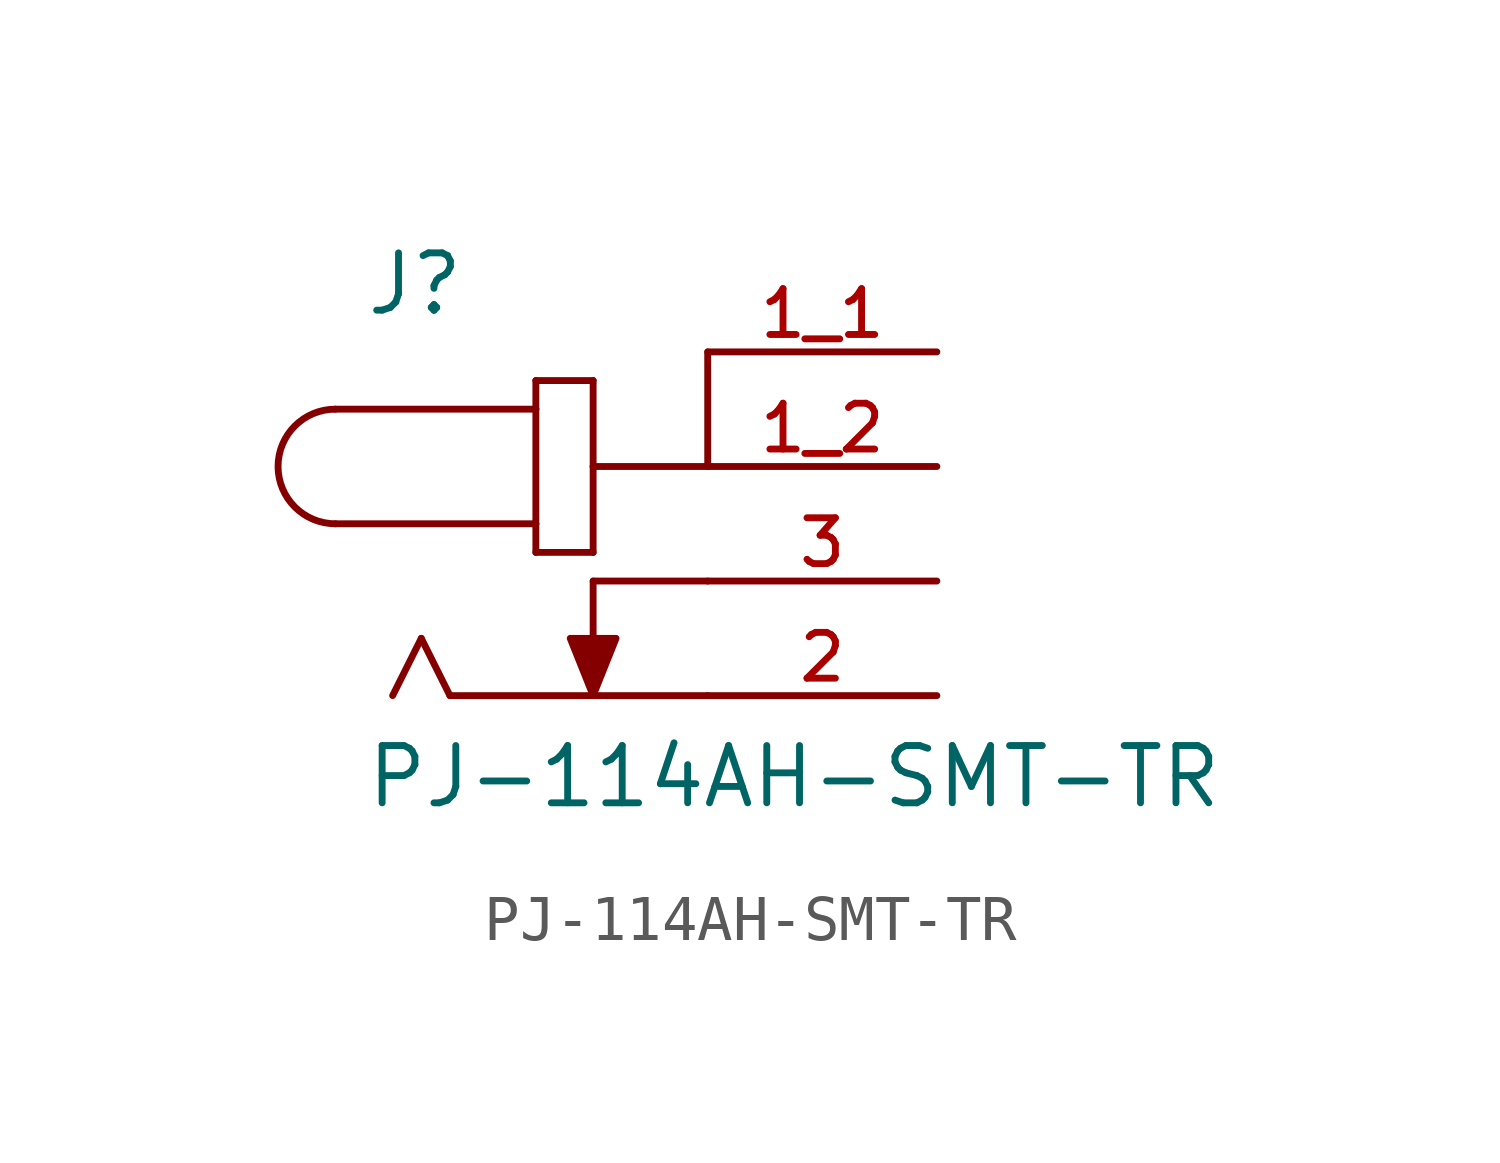
<source format=kicad_sym>
(kicad_symbol_lib
  (version 20211014)
  (generator kicad_symbol_editor)
  (symbol "PJ-114AH-SMT-TR"
    (pin_names
      (offset 1.016))
    (property "Reference" "J"
      (at -7.62 5.842 0)
      (effects (font (size 1.27 1.27)) (justify bottom left)))
    (property "Value" "PJ-114AH-SMT-TR"
      (at -7.62 -5.08 0)
      (effects (font (size 1.27 1.27)) (justify bottom left)))
    (symbol "PJ-114AH-SMT-TR_0_0"
      (arc (start -8.255 3.81) (mid -9.525 2.54) (end -8.255 1.27) (stroke (width 0.1524) (type default) (color 0 0 0 0)) (fill (type none)))
      (polyline (pts (xy -8.255 3.81) (xy -3.81 3.81)) (stroke (width 0.152)))
      (polyline (pts (xy -3.81 3.81) (xy -3.81 1.27)) (stroke (width 0.152)))
      (polyline (pts (xy -3.81 1.27) (xy -8.255 1.27)) (stroke (width 0.152)))
      (polyline (pts (xy -3.81 1.27) (xy -3.81 0.635)) (stroke (width 0.152)))
      (polyline (pts (xy -3.81 0.635) (xy -2.54 0.635)) (stroke (width 0.152)))
      (polyline (pts (xy -2.54 0.635) (xy -2.54 2.54)) (stroke (width 0.152)))
      (polyline (pts (xy -2.54 2.54) (xy -2.54 4.445)) (stroke (width 0.152)))
      (polyline (pts (xy -2.54 4.445) (xy -3.81 4.445)) (stroke (width 0.152)))
      (polyline (pts (xy -3.81 4.445) (xy -3.81 3.81)) (stroke (width 0.152)))
      (polyline (pts (xy -5.715 -2.54) (xy -6.35 -1.27)) (stroke (width 0.152)))
      (polyline (pts (xy -6.35 -1.27) (xy -6.985 -2.54)) (stroke (width 0.152)))
      (polyline (pts (xy -2.54 0.0) (xy -2.54 -2.54)) (stroke (width 0.152)))
      (polyline (pts (xy -2.54 -2.54) (xy -3.048 -1.27) (xy -2.032 -1.27) (xy -2.54 -2.54)) (stroke (width 0.152)) (fill (type outline)))
      (polyline (pts (xy -5.715 -2.54) (xy 0.0 -2.54)) (stroke (width 0.152)))
      (polyline (pts (xy -2.54 0.0) (xy 0.0 0.0)) (stroke (width 0.152)))
      (polyline (pts (xy -2.54 2.54) (xy 0.0 2.54)) (stroke (width 0.152)))
      (polyline (pts (xy 0.0 5.08) (xy 0.0 2.54)) (stroke (width 0.152)))
      (pin passive line (at 5.08 2.54 180.0) (length 5.08) (name "~" (effects (font (size 1.016 1.016)))) (number "1_2" (effects (font (size 1.016 1.016)))))
      (pin passive line (at 5.08 0.0 180.0) (length 5.08) (name "~" (effects (font (size 1.016 1.016)))) (number "3" (effects (font (size 1.016 1.016)))))
      (pin passive line (at 5.08 -2.54 180.0) (length 5.08) (name "~" (effects (font (size 1.016 1.016)))) (number "2" (effects (font (size 1.016 1.016)))))
      (pin passive line (at 5.08 5.08 180.0) (length 5.08) (name "~" (effects (font (size 1.016 1.016)))) (number "1_1" (effects (font (size 1.016 1.016))))))))
</source>
